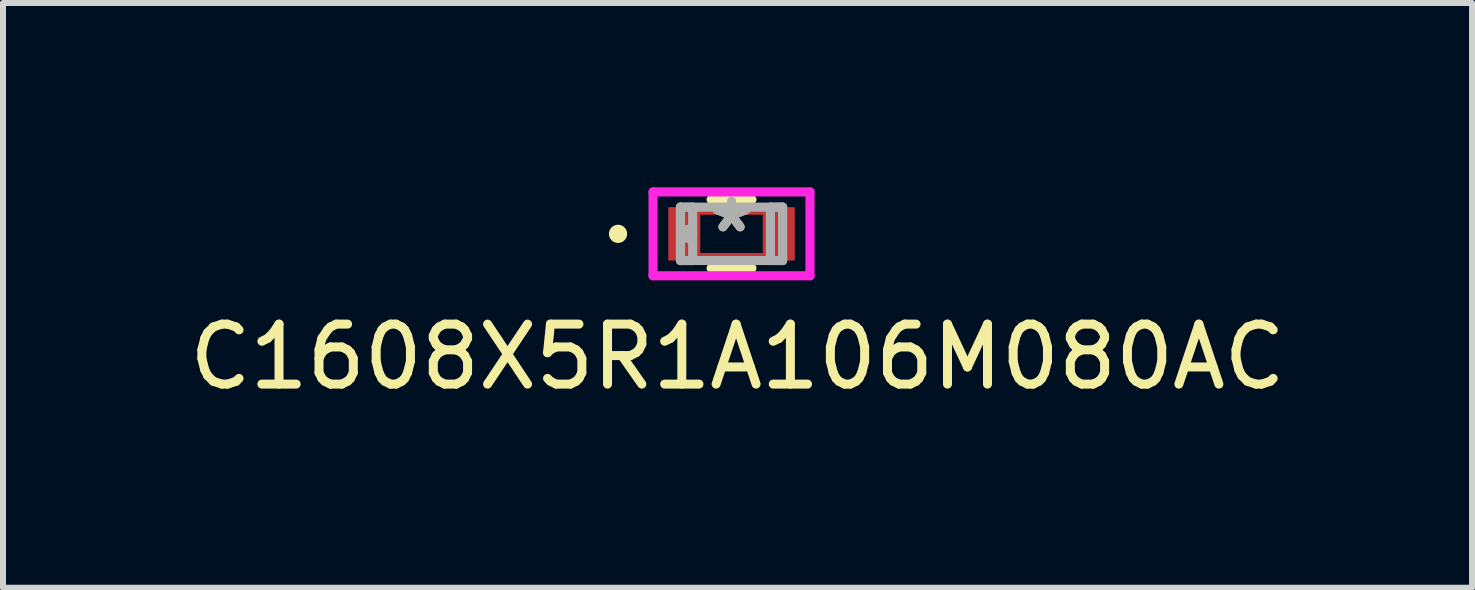
<source format=kicad_pcb>
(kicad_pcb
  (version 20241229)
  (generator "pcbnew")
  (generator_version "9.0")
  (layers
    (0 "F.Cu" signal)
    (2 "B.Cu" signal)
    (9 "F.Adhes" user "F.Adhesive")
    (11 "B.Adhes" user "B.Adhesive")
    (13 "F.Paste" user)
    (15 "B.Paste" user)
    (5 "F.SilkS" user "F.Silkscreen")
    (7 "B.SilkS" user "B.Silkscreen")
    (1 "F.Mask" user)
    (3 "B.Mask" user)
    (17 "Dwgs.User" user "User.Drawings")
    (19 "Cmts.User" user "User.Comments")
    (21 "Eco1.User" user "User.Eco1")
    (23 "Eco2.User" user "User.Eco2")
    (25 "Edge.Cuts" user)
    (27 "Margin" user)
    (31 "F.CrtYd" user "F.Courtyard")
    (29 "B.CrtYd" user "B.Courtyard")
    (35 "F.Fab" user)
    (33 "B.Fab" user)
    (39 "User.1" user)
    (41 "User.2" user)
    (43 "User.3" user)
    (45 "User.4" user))
  (footprint "C1608X5R1A106M080AC"
    (layer "F.Cu")
    (at 9.144 0.848)
    (property "Reference" "C1608X5R1A106M080AC" (at 0.1 2.05 0) (layer "F.SilkS") (effects (font (size 1 1) (thickness 0.15))))
    (attr through_hole)
    (fp_line (start -0.597 -0.394) (end 0.597 -0.394) (stroke (width 0.152) (type solid)) (layer "F.Cu"))
    (fp_line (start -0.597 0.394) (end -0.597 -0.394) (stroke (width 0.152) (type solid)) (layer "F.Cu"))
    (fp_line (start 0.597 -0.394) (end 0.597 0.394) (stroke (width 0.152) (type solid)) (layer "F.Cu"))
    (fp_line (start 0.597 0.394) (end -0.597 0.394) (stroke (width 0.152) (type solid)) (layer "F.Cu"))
    (fp_line (start -0.34 0.572) (end 0.34 0.572) (stroke (width 0.152) (type solid)) (layer "F.SilkS"))
    (fp_line (start 0.34 -0.572) (end -0.34 -0.572) (stroke (width 0.152) (type solid)) (layer "F.SilkS"))
    (fp_circle (center -1.892 0) (end -1.816 0) (stroke (width 0.152) (type solid)) (fill no) (layer "F.SilkS"))
    (fp_line (start -1.308 -0.699) (end 1.308 -0.699) (stroke (width 0.152) (type solid)) (layer "F.CrtYd"))
    (fp_line (start -1.308 0.699) (end -1.308 -0.699) (stroke (width 0.152) (type solid)) (layer "F.CrtYd"))
    (fp_line (start 1.308 -0.699) (end 1.308 0.699) (stroke (width 0.152) (type solid)) (layer "F.CrtYd"))
    (fp_line (start 1.308 0.699) (end -1.308 0.699) (stroke (width 0.152) (type solid)) (layer "F.CrtYd"))
    (fp_line (start -0.851 -0.445) (end -0.851 0.445) (stroke (width 0.152) (type solid)) (layer "F.Fab"))
    (fp_line (start -0.851 -0.445) (end -0.851 0.445) (stroke (width 0.152) (type solid)) (layer "F.Fab"))
    (fp_line (start -0.851 0.445) (end -0.648 0.445) (stroke (width 0.152) (type solid)) (layer "F.Fab"))
    (fp_line (start -0.851 0.445) (end 0.851 0.445) (stroke (width 0.152) (type solid)) (layer "F.Fab"))
    (fp_line (start -0.648 -0.445) (end -0.851 -0.445) (stroke (width 0.152) (type solid)) (layer "F.Fab"))
    (fp_line (start -0.648 0.445) (end -0.648 -0.445) (stroke (width 0.152) (type solid)) (layer "F.Fab"))
    (fp_line (start 0.648 -0.445) (end 0.648 0.445) (stroke (width 0.152) (type solid)) (layer "F.Fab"))
    (fp_line (start 0.648 0.445) (end 0.851 0.445) (stroke (width 0.152) (type solid)) (layer "F.Fab"))
    (fp_line (start 0.851 -0.445) (end -0.851 -0.445) (stroke (width 0.152) (type solid)) (layer "F.Fab"))
    (fp_line (start 0.851 -0.445) (end 0.648 -0.445) (stroke (width 0.152) (type solid)) (layer "F.Fab"))
    (fp_line (start 0.851 0.445) (end 0.851 -0.445) (stroke (width 0.152) (type solid)) (layer "F.Fab"))
    (fp_line (start 0.851 0.445) (end 0.851 -0.445) (stroke (width 0.152) (type solid)) (layer "F.Fab"))
    (fp_circle (center -0.724 0) (end -0.648 0) (stroke (width 0.152) (type solid)) (fill no) (layer "F.Fab"))
    (fp_text user "*" (at 0 0 0) (layer "F.SilkS") (effects (font (size 1 1) (thickness 0.15))))
    (fp_text user "*" (at 0 0 0) (layer "F.Fab") (effects (font (size 1 1) (thickness 0.15))))
    (pad "1" smd rect (at -0.851 0) (size 0.406 0.889) (layers "F.Cu" "F.Mask" "F.Paste"))
    (pad "2" smd rect (at 0.851 0) (size 0.406 0.889) (layers "F.Cu" "F.Mask" "F.Paste")))
  (gr_rect
    (start -3 -3)
    (end 21.488 6.747)
    (stroke (width 0.1) (type default))
    (fill no)
    (layer "Edge.Cuts")))
</source>
